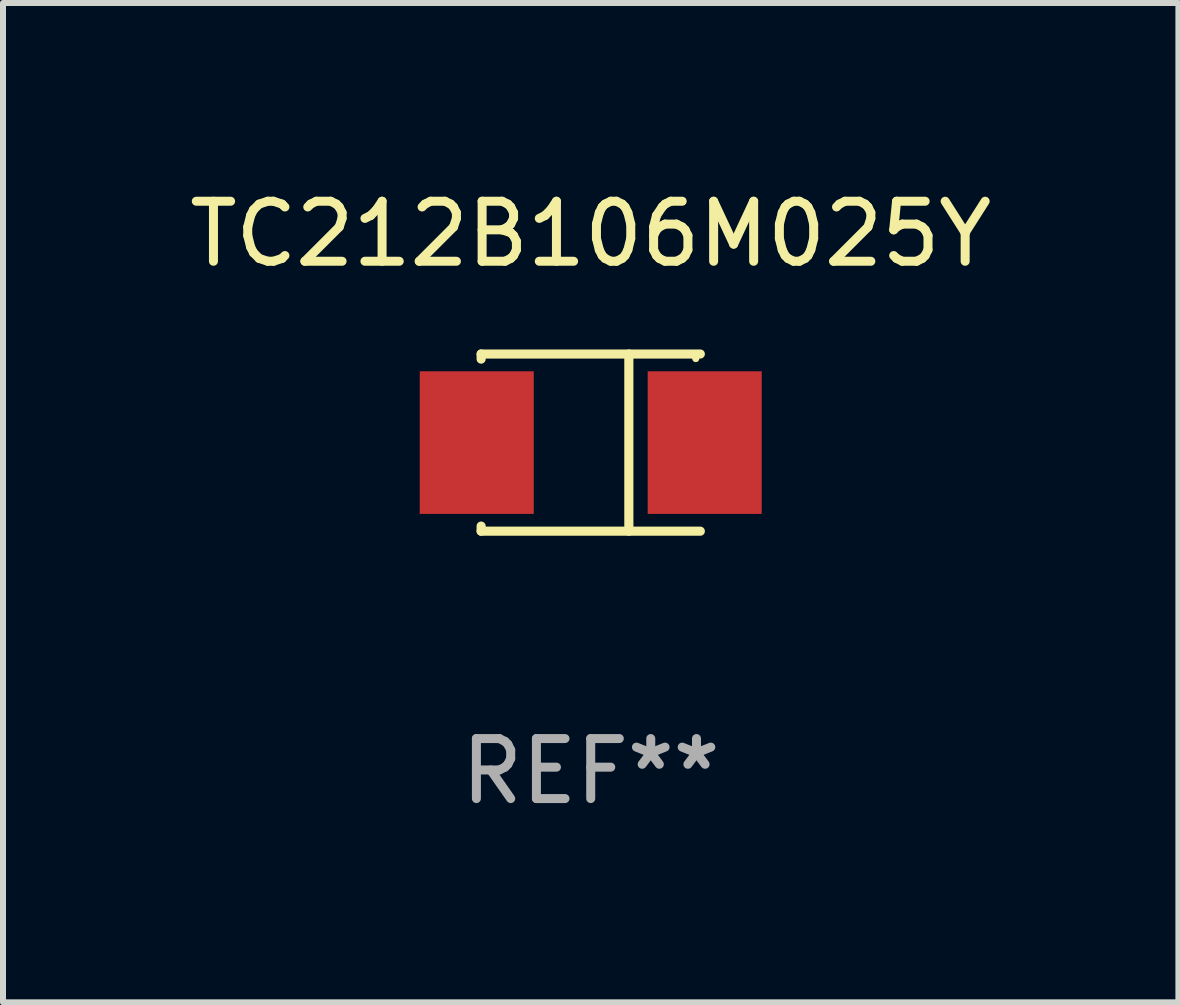
<source format=kicad_pcb>
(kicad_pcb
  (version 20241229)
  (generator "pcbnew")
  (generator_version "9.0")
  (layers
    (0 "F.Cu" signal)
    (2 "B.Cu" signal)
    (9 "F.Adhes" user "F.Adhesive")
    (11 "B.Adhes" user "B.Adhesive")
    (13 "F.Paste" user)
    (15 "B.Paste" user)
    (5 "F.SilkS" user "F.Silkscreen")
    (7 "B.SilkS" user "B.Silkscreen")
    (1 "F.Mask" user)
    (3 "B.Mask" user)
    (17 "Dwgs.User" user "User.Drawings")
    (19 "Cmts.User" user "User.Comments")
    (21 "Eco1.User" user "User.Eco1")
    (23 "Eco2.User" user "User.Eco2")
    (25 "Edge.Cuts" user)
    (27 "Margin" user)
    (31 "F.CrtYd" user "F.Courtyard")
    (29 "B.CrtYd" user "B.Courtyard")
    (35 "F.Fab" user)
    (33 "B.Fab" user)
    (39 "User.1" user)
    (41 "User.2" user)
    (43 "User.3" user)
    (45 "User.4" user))
  (footprint "TC212B106M025Y"
    (layer "F.Cu")
    (at 6.792 4.324)
    (property "Reference" "TC212B106M025Y" (at 0 -3.476 0) (layer "F.SilkS") (effects (font (size 1 1) (thickness 0.15))))
    (attr through_hole)
    (fp_line (start -1.826 -1.476) (end -1.826 -1.391) (stroke (width 0.152) (type solid)) (layer "F.SilkS"))
    (fp_line (start -1.826 -1.476) (end 1.826 -1.476) (stroke (width 0.152) (type solid)) (layer "F.SilkS"))
    (fp_line (start -1.826 1.476) (end -1.826 1.391) (stroke (width 0.152) (type solid)) (layer "F.SilkS"))
    (fp_line (start -1.826 1.476) (end 1.826 1.476) (stroke (width 0.152) (type solid)) (layer "F.SilkS"))
    (fp_line (start 0.635 -1.476) (end 0.635 1.476) (stroke (width 0.152) (type solid)) (layer "F.SilkS"))
    (fp_circle (center 1.75 -1.4) (end 1.78 -1.4) (stroke (width 0.06) (type solid)) (fill no) (layer "F.SilkS"))
    (fp_text user "REF**" (at 0 5.476 0) (layer "F.Fab") (effects (font (size 1 1) (thickness 0.15))))
    (pad "1" smd rect (at 1.899 0) (size 1.9 2.376) (layers "F.Cu" "F.Mask" "F.Paste"))
    (pad "2" smd rect (at -1.899 0) (size 1.9 2.376) (layers "F.Cu" "F.Mask" "F.Paste")))
  (gr_rect
    (start -3 -3)
    (end 16.583 13.649)
    (stroke (width 0.1) (type default))
    (fill no)
    (layer "Edge.Cuts")))
</source>
